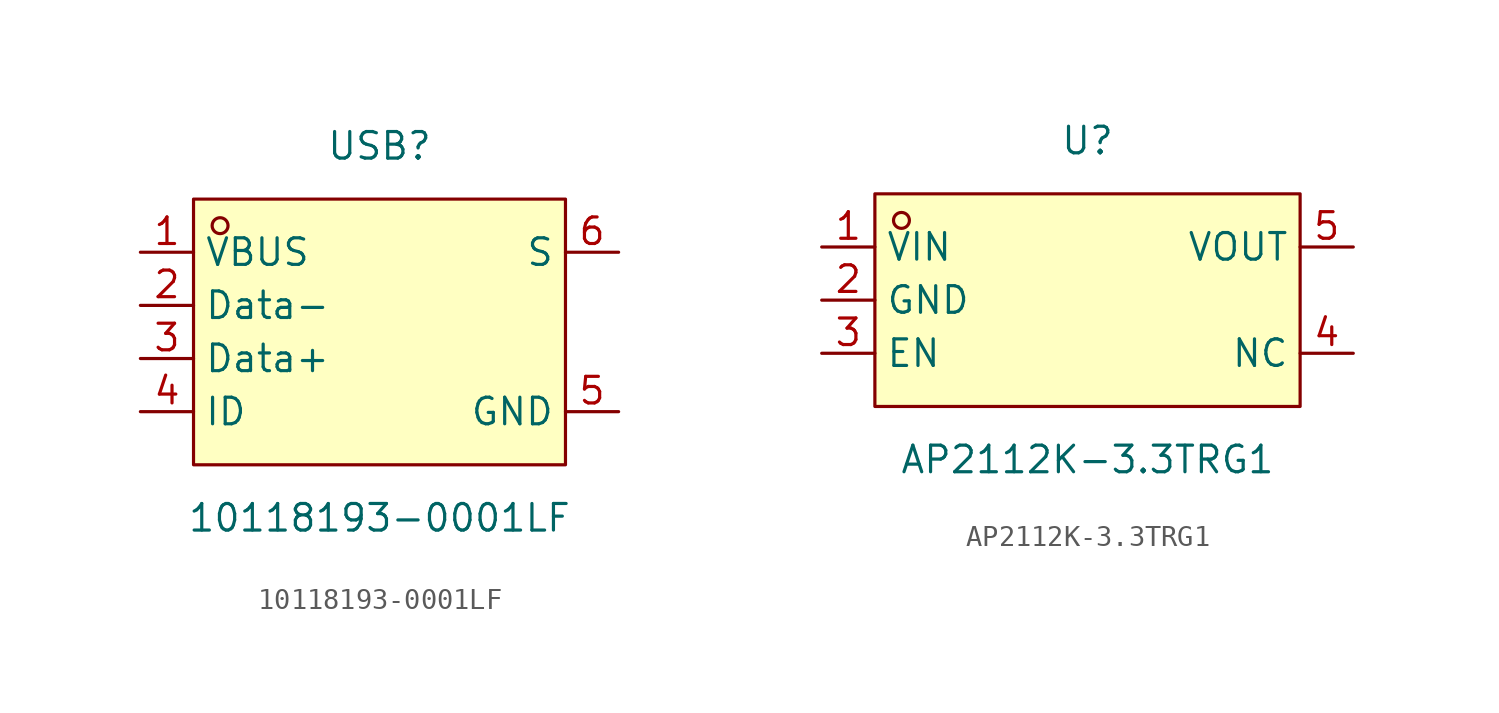
<source format=kicad_sym>
(kicad_symbol_lib
  (version 20211014)
  (generator https://github.com/uPesy/easyeda2kicad.py)
  (symbol "10118193-0001LF"
    (property "Reference" "USB"
      (at 0 7.62 0)
      (effects (font (size 1.27 1.27))))
    (property "Value" "10118193-0001LF"
      (at 0 -10.16 0)
      (effects (font (size 1.27 1.27))))
    (symbol "10118193-0001LF_0_1"
      (rectangle (start -8.89 5.08) (end 8.89 -7.62) (stroke (width 0) (type default) (color 0 0 0 0)) (fill (type background)))
      (circle (center -7.62 3.81) (radius 0.38) (stroke (width 0) (type default) (color 0 0 0 0)) (fill (type none)))
      (pin unspecified line (at -11.43 2.54 0) (length 2.54) (name "VBUS" (effects (font (size 1.27 1.27)))) (number "1" (effects (font (size 1.27 1.27)))))
      (pin unspecified line (at -11.43 -0.00 0) (length 2.54) (name "Data-" (effects (font (size 1.27 1.27)))) (number "2" (effects (font (size 1.27 1.27)))))
      (pin unspecified line (at -11.43 -2.54 0) (length 2.54) (name "Data+" (effects (font (size 1.27 1.27)))) (number "3" (effects (font (size 1.27 1.27)))))
      (pin unspecified line (at -11.43 -5.08 0) (length 2.54) (name "ID" (effects (font (size 1.27 1.27)))) (number "4" (effects (font (size 1.27 1.27)))))
      (pin unspecified line (at 11.43 -5.08 180) (length 2.54) (name "GND" (effects (font (size 1.27 1.27)))) (number "5" (effects (font (size 1.27 1.27)))))
      (pin unspecified line (at 11.43 2.54 180) (length 2.54) (name "S" (effects (font (size 1.27 1.27)))) (number "6" (effects (font (size 1.27 1.27)))))))
  (symbol "AP2112K-3.3TRG1"
    (property "Reference" "U"
      (at 0 7.62 0)
      (effects (font (size 1.27 1.27))))
    (property "Value" "AP2112K-3.3TRG1"
      (at 0 -7.62 0)
      (effects (font (size 1.27 1.27))))
    (symbol "AP2112K-3.3TRG1_0_1"
      (rectangle (start -10.16 5.08) (end 10.16 -5.08) (stroke (width 0) (type default) (color 0 0 0 0)) (fill (type background)))
      (circle (center -8.89 3.81) (radius 0.38) (stroke (width 0) (type default) (color 0 0 0 0)) (fill (type none)))
      (pin unspecified line (at -12.70 2.54 0) (length 2.54) (name "VIN" (effects (font (size 1.27 1.27)))) (number "1" (effects (font (size 1.27 1.27)))))
      (pin unspecified line (at -12.70 -0.00 0) (length 2.54) (name "GND" (effects (font (size 1.27 1.27)))) (number "2" (effects (font (size 1.27 1.27)))))
      (pin unspecified line (at -12.70 -2.54 0) (length 2.54) (name "EN" (effects (font (size 1.27 1.27)))) (number "3" (effects (font (size 1.27 1.27)))))
      (pin unspecified line (at 12.70 -2.54 180) (length 2.54) (name "NC" (effects (font (size 1.27 1.27)))) (number "4" (effects (font (size 1.27 1.27)))))
      (pin unspecified line (at 12.70 2.54 180) (length 2.54) (name "VOUT" (effects (font (size 1.27 1.27)))) (number "5" (effects (font (size 1.27 1.27))))))))
</source>
